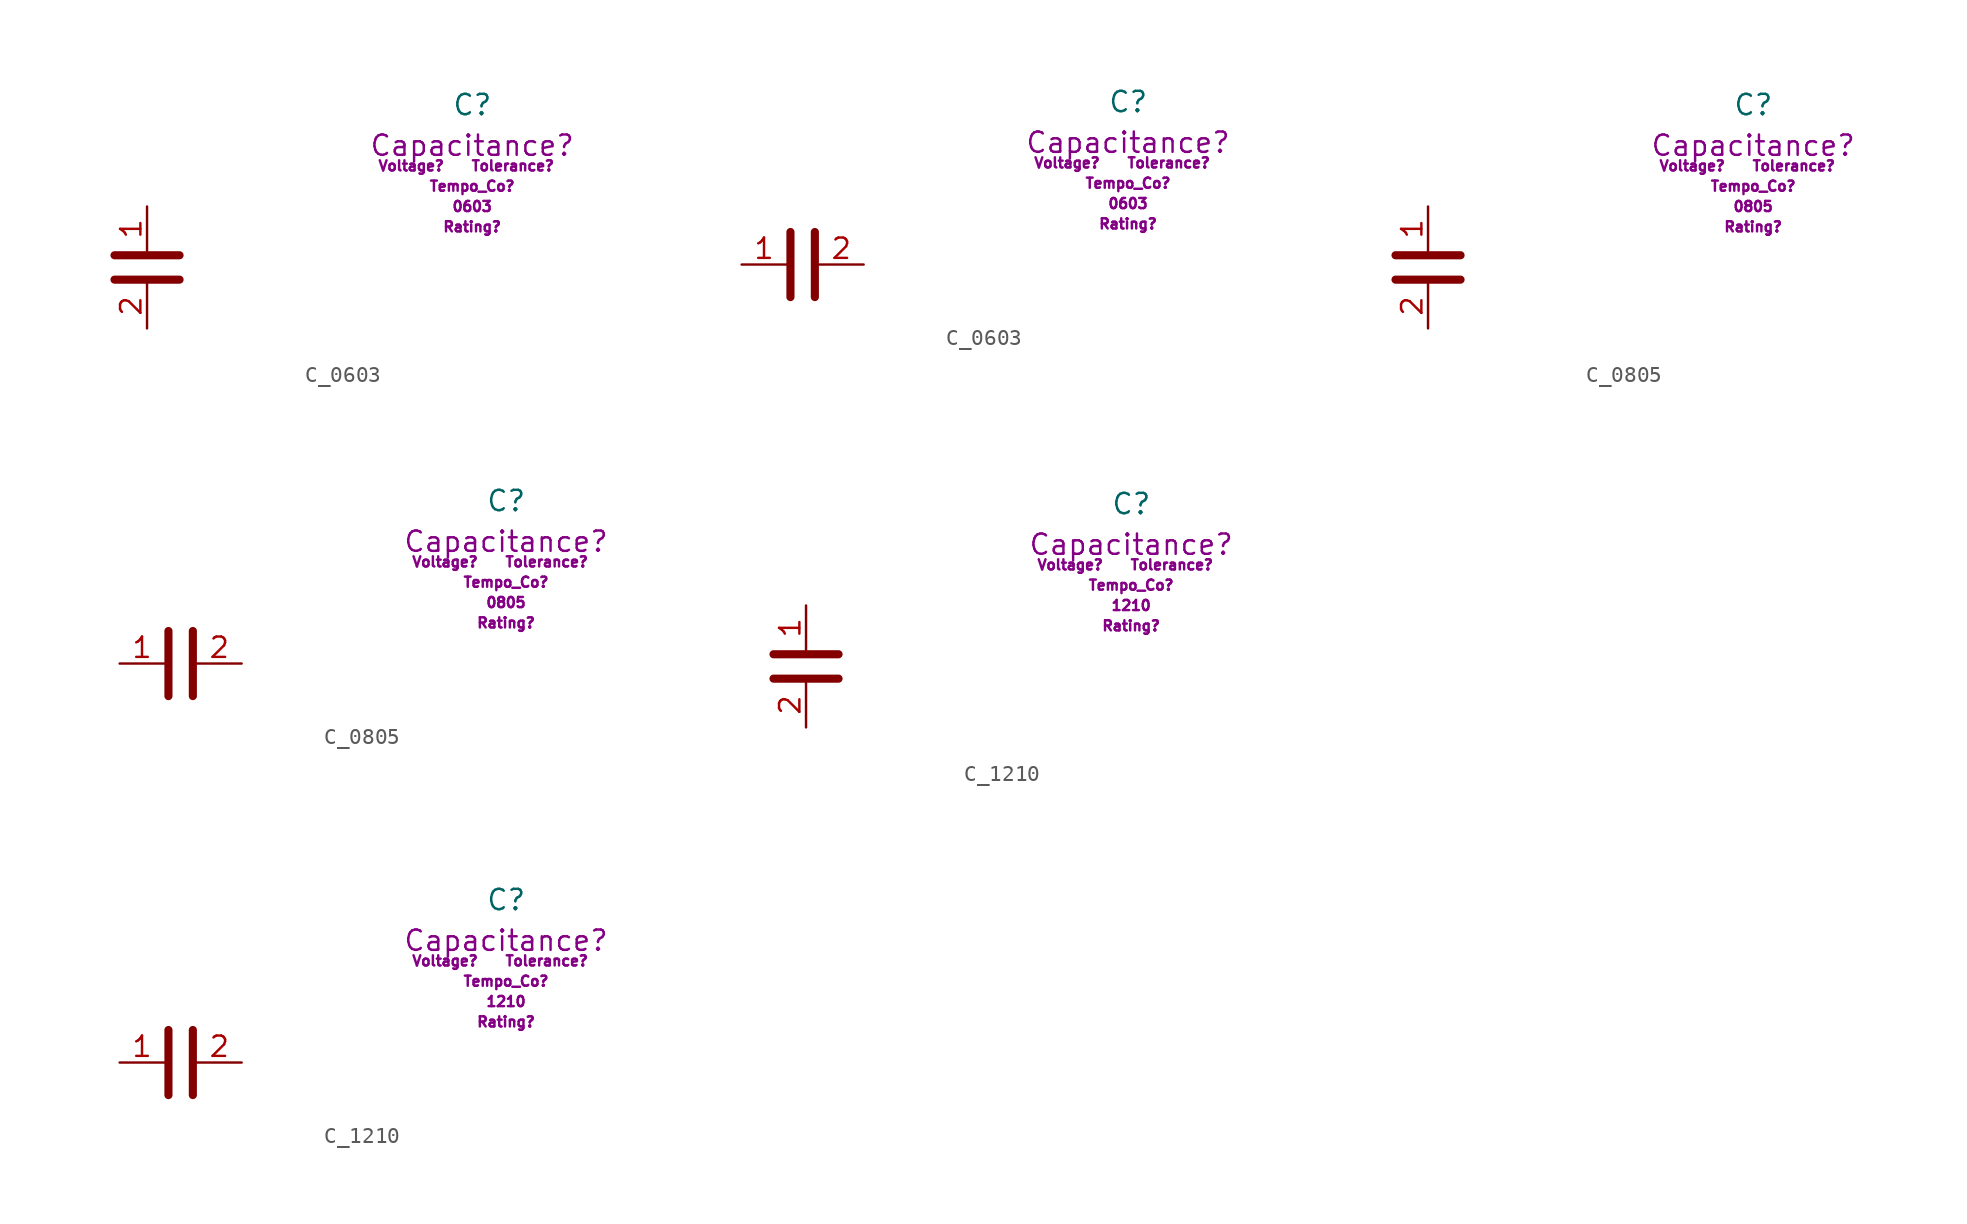
<source format=kicad_sym>
(kicad_symbol_lib
  (version 20231120)
  (generator "kicad_symbol_editor")
  (generator_version "8.0")
  (symbol "C_0603"
    (pin_names
      (offset 0.254))
    (property "Reference" "C"
      (at 19.05 10.16 0)
      (effects (font (size 1.27 1.27)) (justify left)))
    (property "Capacitance" "Capacitance?"
      (at 20.32 7.62 0)
      (effects (font (size 1.27 1.27))))
    (property "Tolerance" "Tolerance?"
      (at 22.86 6.35 0)
      (effects (font (size 0.635 0.635))))
    (property "Voltage_Rated" "Voltage?"
      (at 16.51 6.35 0)
      (effects (font (size 0.635 0.635))))
    (property "Temp_Coefficient" "Tempo_Co?"
      (at 20.32 5.08 0)
      (effects (font (size 0.635 0.635))))
    (property "Rating" "Rating?"
      (at 20.32 2.54 0)
      (effects (font (size 0.635 0.635))))
    (property "Package" "0603"
      (at 20.32 3.81 0)
      (effects (font (size 0.635 0.635))))
    (symbol "C_0603_0_1"
      (polyline (pts (xy -2.032 -0.762) (xy 2.032 -0.762)) (stroke (width 0.508) (type default)) (fill (type none)))
      (polyline (pts (xy -2.032 0.762) (xy 2.032 0.762)) (stroke (width 0.508) (type default)) (fill (type none))))
    (symbol "C_0603_0_2"
      (polyline (pts (xy -0.762 2.032) (xy -0.762 -2.032)) (stroke (width 0.508) (type default)) (fill (type none)))
      (polyline (pts (xy 0.762 2.032) (xy 0.762 -2.032)) (stroke (width 0.508) (type default)) (fill (type none))))
    (symbol "C_0603_1_1"
      (pin passive line (at 0 3.81 270) (length 2.794) (name "~" (effects (font (size 1.27 1.27)))) (number "1" (effects (font (size 1.27 1.27)))))
      (pin passive line (at 0 -3.81 90) (length 2.794) (name "~" (effects (font (size 1.27 1.27)))) (number "2" (effects (font (size 1.27 1.27))))))
    (symbol "C_0603_1_2"
      (pin passive line (at -3.81 0 0) (length 2.794) (name "~" (effects (font (size 1.27 1.27)))) (number "1" (effects (font (size 1.27 1.27)))))
      (pin passive line (at 3.81 0 180) (length 2.794) (name "~" (effects (font (size 1.27 1.27)))) (number "2" (effects (font (size 1.27 1.27)))))))
  (symbol "C_0805"
    (pin_names
      (offset 0.254))
    (property "Reference" "C"
      (at 19.05 10.16 0)
      (effects (font (size 1.27 1.27)) (justify left)))
    (property "Capacitance" "Capacitance?"
      (at 20.32 7.62 0)
      (effects (font (size 1.27 1.27))))
    (property "Tolerance" "Tolerance?"
      (at 22.86 6.35 0)
      (effects (font (size 0.635 0.635))))
    (property "Voltage_Rated" "Voltage?"
      (at 16.51 6.35 0)
      (effects (font (size 0.635 0.635))))
    (property "Temp_Coefficient" "Tempo_Co?"
      (at 20.32 5.08 0)
      (effects (font (size 0.635 0.635))))
    (property "Rating" "Rating?"
      (at 20.32 2.54 0)
      (effects (font (size 0.635 0.635))))
    (property "Package" "0805"
      (at 20.32 3.81 0)
      (effects (font (size 0.635 0.635))))
    (symbol "C_0805_0_1"
      (polyline (pts (xy -2.032 -0.762) (xy 2.032 -0.762)) (stroke (width 0.508) (type default)) (fill (type none)))
      (polyline (pts (xy -2.032 0.762) (xy 2.032 0.762)) (stroke (width 0.508) (type default)) (fill (type none))))
    (symbol "C_0805_0_2"
      (polyline (pts (xy -0.762 2.032) (xy -0.762 -2.032)) (stroke (width 0.508) (type default)) (fill (type none)))
      (polyline (pts (xy 0.762 2.032) (xy 0.762 -2.032)) (stroke (width 0.508) (type default)) (fill (type none))))
    (symbol "C_0805_1_1"
      (pin passive line (at 0 3.81 270) (length 2.794) (name "~" (effects (font (size 1.27 1.27)))) (number "1" (effects (font (size 1.27 1.27)))))
      (pin passive line (at 0 -3.81 90) (length 2.794) (name "~" (effects (font (size 1.27 1.27)))) (number "2" (effects (font (size 1.27 1.27))))))
    (symbol "C_0805_1_2"
      (pin passive line (at -3.81 0 0) (length 2.794) (name "~" (effects (font (size 1.27 1.27)))) (number "1" (effects (font (size 1.27 1.27)))))
      (pin passive line (at 3.81 0 180) (length 2.794) (name "~" (effects (font (size 1.27 1.27)))) (number "2" (effects (font (size 1.27 1.27)))))))
  (symbol "C_1210"
    (pin_names
      (offset 0.254))
    (property "Reference" "C"
      (at 19.05 10.16 0)
      (effects (font (size 1.27 1.27)) (justify left)))
    (property "Capacitance" "Capacitance?"
      (at 20.32 7.62 0)
      (effects (font (size 1.27 1.27))))
    (property "Tolerance" "Tolerance?"
      (at 22.86 6.35 0)
      (effects (font (size 0.635 0.635))))
    (property "Voltage_Rated" "Voltage?"
      (at 16.51 6.35 0)
      (effects (font (size 0.635 0.635))))
    (property "Temp_Coefficient" "Tempo_Co?"
      (at 20.32 5.08 0)
      (effects (font (size 0.635 0.635))))
    (property "Rating" "Rating?"
      (at 20.32 2.54 0)
      (effects (font (size 0.635 0.635))))
    (property "Package" "1210"
      (at 20.32 3.81 0)
      (effects (font (size 0.635 0.635))))
    (symbol "C_1210_0_1"
      (polyline (pts (xy -2.032 -0.762) (xy 2.032 -0.762)) (stroke (width 0.508) (type default)) (fill (type none)))
      (polyline (pts (xy -2.032 0.762) (xy 2.032 0.762)) (stroke (width 0.508) (type default)) (fill (type none))))
    (symbol "C_1210_0_2"
      (polyline (pts (xy -0.762 2.032) (xy -0.762 -2.032)) (stroke (width 0.508) (type default)) (fill (type none)))
      (polyline (pts (xy 0.762 2.032) (xy 0.762 -2.032)) (stroke (width 0.508) (type default)) (fill (type none))))
    (symbol "C_1210_1_1"
      (pin passive line (at 0 3.81 270) (length 2.794) (name "~" (effects (font (size 1.27 1.27)))) (number "1" (effects (font (size 1.27 1.27)))))
      (pin passive line (at 0 -3.81 90) (length 2.794) (name "~" (effects (font (size 1.27 1.27)))) (number "2" (effects (font (size 1.27 1.27))))))
    (symbol "C_1210_1_2"
      (pin passive line (at -3.81 0 0) (length 2.794) (name "~" (effects (font (size 1.27 1.27)))) (number "1" (effects (font (size 1.27 1.27)))))
      (pin passive line (at 3.81 0 180) (length 2.794) (name "~" (effects (font (size 1.27 1.27)))) (number "2" (effects (font (size 1.27 1.27))))))))
</source>
